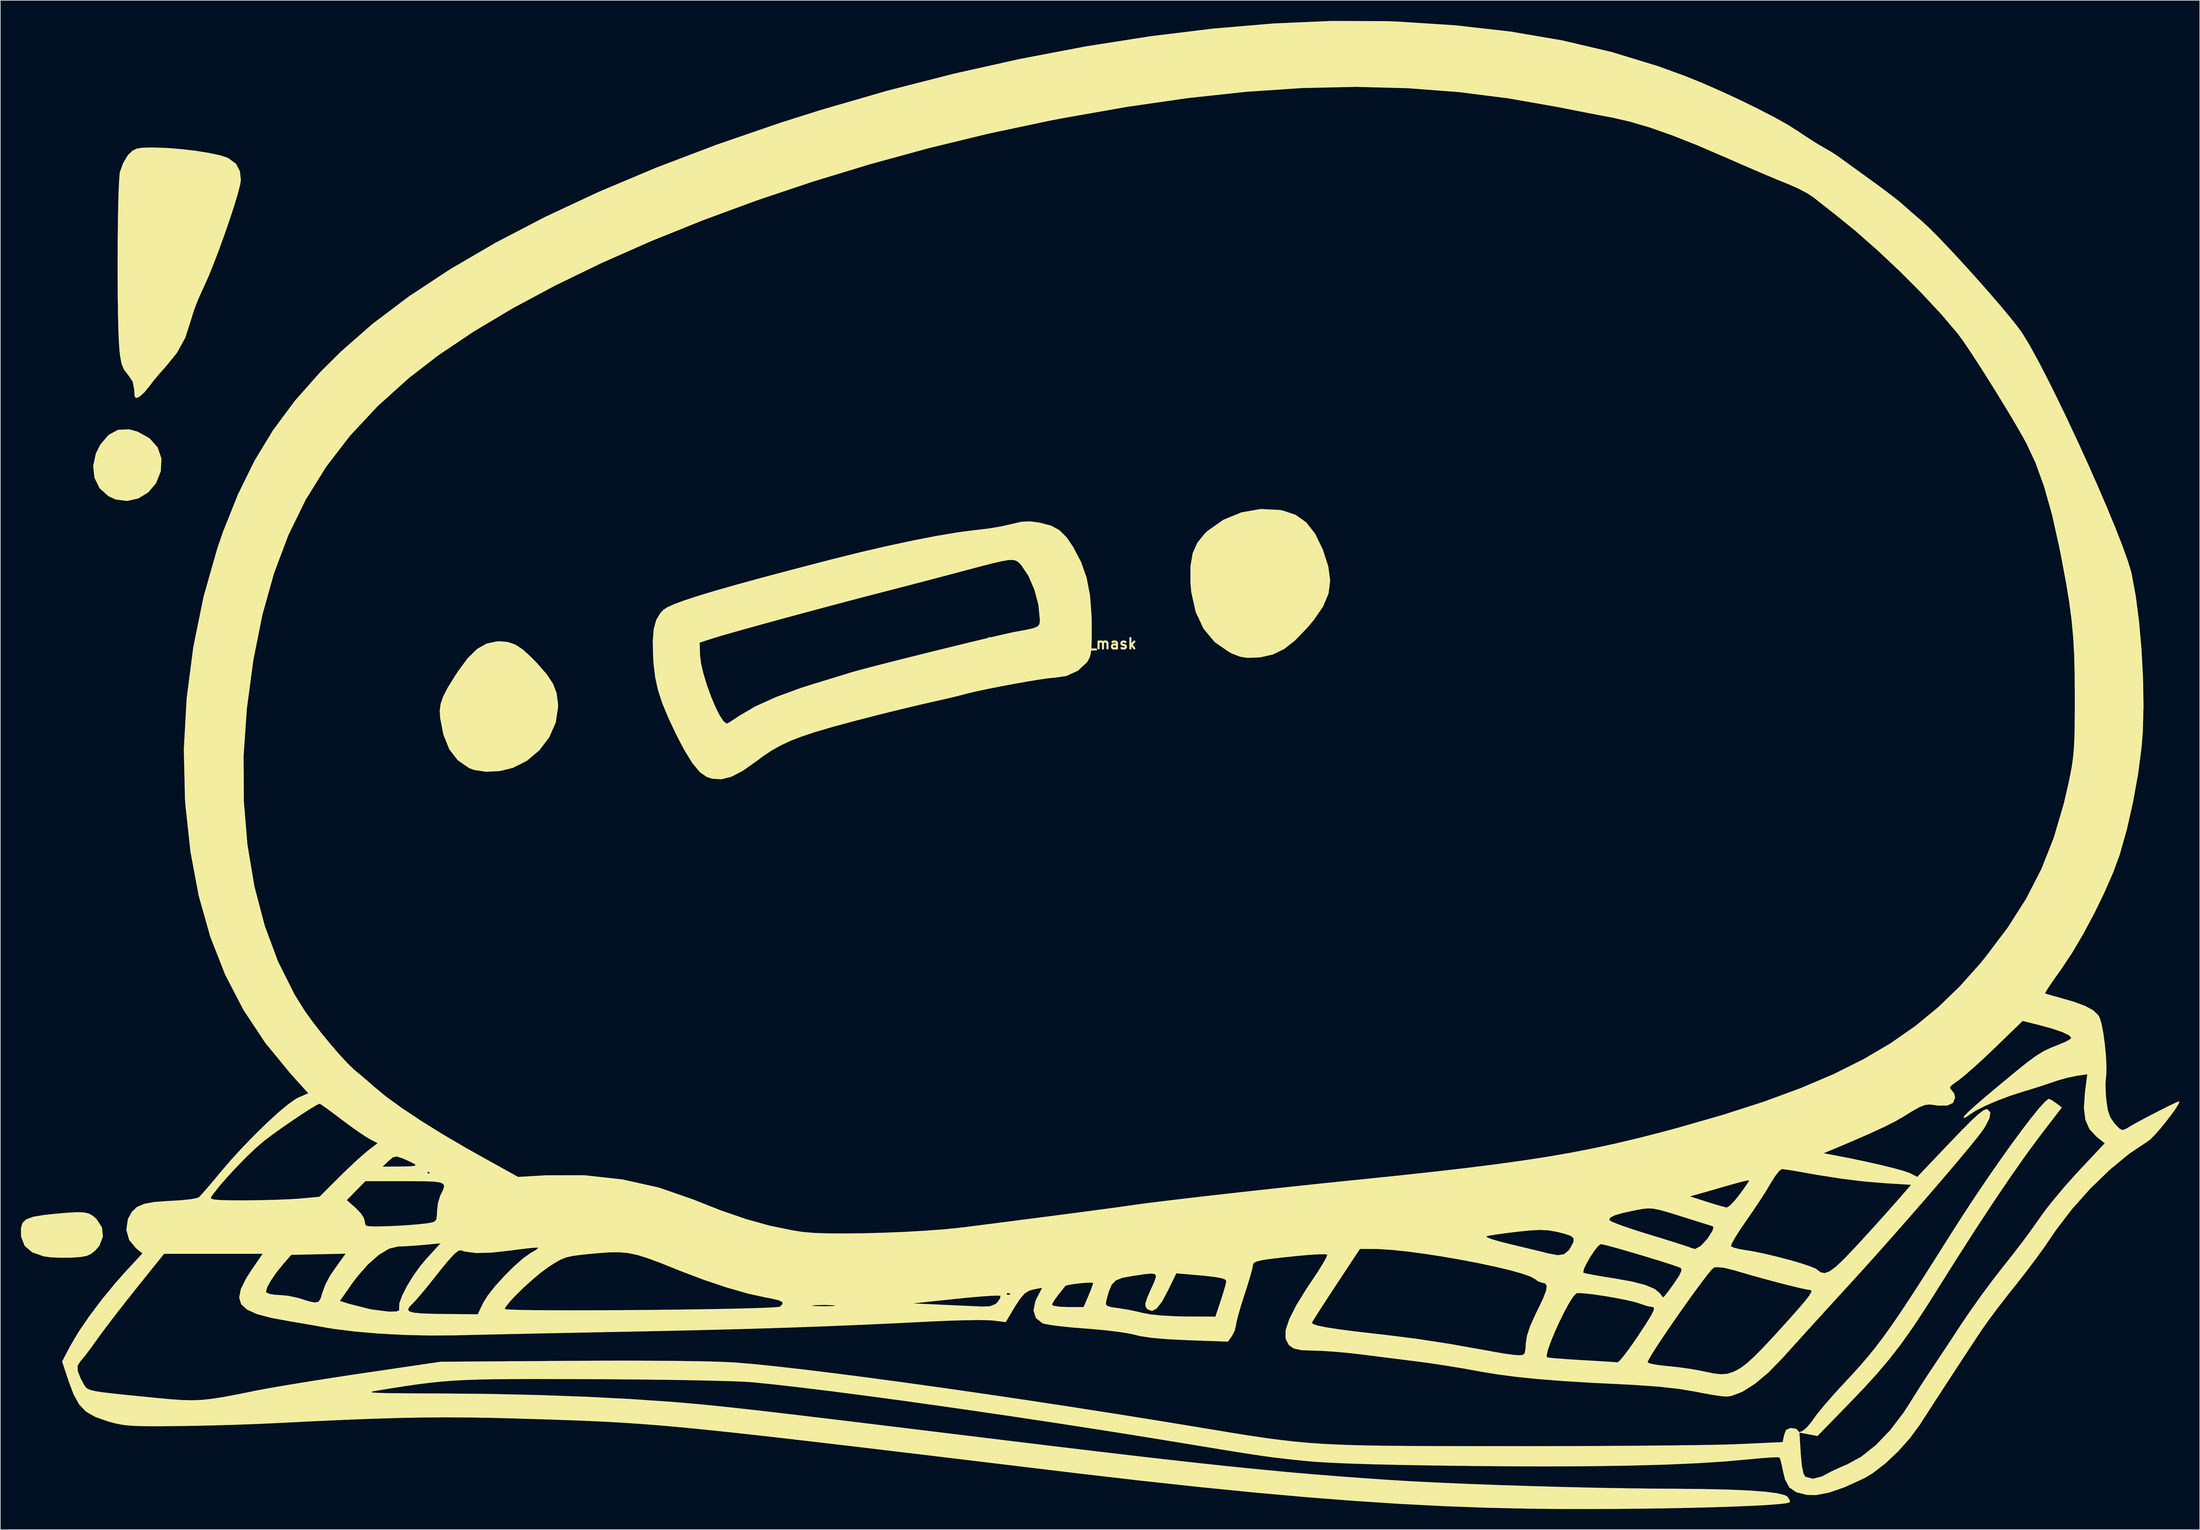
<source format=kicad_pcb>
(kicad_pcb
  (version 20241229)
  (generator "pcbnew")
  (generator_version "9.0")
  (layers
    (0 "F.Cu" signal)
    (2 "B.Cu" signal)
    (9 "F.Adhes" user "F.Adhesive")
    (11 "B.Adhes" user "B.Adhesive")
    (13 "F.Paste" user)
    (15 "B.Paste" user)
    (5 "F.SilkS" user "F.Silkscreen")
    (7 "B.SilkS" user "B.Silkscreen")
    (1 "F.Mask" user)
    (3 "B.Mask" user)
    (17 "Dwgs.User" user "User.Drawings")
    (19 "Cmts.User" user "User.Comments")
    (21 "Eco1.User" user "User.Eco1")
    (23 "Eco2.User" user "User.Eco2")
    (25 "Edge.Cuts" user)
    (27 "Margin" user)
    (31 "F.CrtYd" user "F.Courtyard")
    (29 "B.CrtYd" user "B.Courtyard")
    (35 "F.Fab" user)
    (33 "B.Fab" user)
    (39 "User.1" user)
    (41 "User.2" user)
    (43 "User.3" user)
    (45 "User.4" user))
  (footprint "kuzumo_logo_mask"
    (layer "F.Cu")
    (at 151.637 90.761)
    (property "Reference" "kuzumo_logo_mask" (at 0 0 0) (layer "F.SilkS") (effects (font (size 1.524 1.524) (thickness 0.3))))
    (attr through_hole)
    (fp_poly (pts (xy -134.649 -30.912) (xy -132.892 -29.94) (xy -131.721 -28.618) (xy -131.168 -26.998) (xy -131.262 -25.132) (xy -131.263 -25.127) (xy -131.947 -23.401) (xy -133.078 -22.063) (xy -134.523 -21.178) (xy -136.15 -20.81) (xy -137.825 -21.02) (xy -138.889 -21.505) (xy -140.175 -22.667) (xy -140.922 -24.178) (xy -141.109 -25.91) (xy -140.716 -27.734) (xy -140.073 -29.015) (xy -138.871 -30.435) (xy -137.482 -31.177) (xy -135.884 -31.249) (xy -134.649 -30.912)) (stroke (width 0.01) (type solid)) (fill yes) (layer "F.SilkS"))
    (fp_poly (pts (xy -142.43 82.874) (xy -141.712 83.046) (xy -141.15 83.367) (xy -140.609 83.854) (xy -139.827 85.071) (xy -139.693 86.408) (xy -140.202 87.715) (xy -140.744 88.357) (xy -141.384 88.893) (xy -142.06 89.21) (xy -142.998 89.377) (xy -144.36 89.461) (xy -145.863 89.475) (xy -147.287 89.409) (xy -148.278 89.285) (xy -149.992 88.688) (xy -151.098 87.74) (xy -151.599 86.435) (xy -151.622 86.219) (xy -151.632 85.159) (xy -151.41 84.399) (xy -150.856 83.872) (xy -149.868 83.513) (xy -148.347 83.255) (xy -146.885 83.096) (xy -144.881 82.916) (xy -143.441 82.837) (xy -142.43 82.874)) (stroke (width 0.01) (type solid)) (fill yes) (layer "F.SilkS"))
    (fp_poly (pts (xy -80.684 -0.252) (xy -79.624 0.11) (xy -78.538 0.82) (xy -77.276 1.967) (xy -76.427 2.843) (xy -75.023 4.449) (xy -74.107 5.832) (xy -73.592 7.178) (xy -73.391 8.67) (xy -73.378 9.268) (xy -73.713 11.485) (xy -74.652 13.615) (xy -76.094 15.523) (xy -77.938 17.073) (xy -79.942 18.082) (xy -81.879 18.554) (xy -83.856 18.657) (xy -85.618 18.39) (xy -86.346 18.114) (xy -87.992 16.981) (xy -89.225 15.379) (xy -90.079 13.254) (xy -90.547 10.86) (xy -90.616 9.774) (xy -90.487 8.755) (xy -90.105 7.657) (xy -89.417 6.337) (xy -88.367 4.649) (xy -87.964 4.034) (xy -86.529 2.091) (xy -85.17 0.761) (xy -83.788 -0.025) (xy -82.287 -0.34) (xy -81.867 -0.353) (xy -80.684 -0.252)) (stroke (width 0.01) (type solid)) (fill yes) (layer "F.SilkS"))
    (fp_poly (pts (xy 31.818 -19.491) (xy 32.21 -19.417) (xy 34.098 -18.779) (xy 35.644 -17.68) (xy 36.926 -16.042) (xy 38.024 -13.787) (xy 38.08 -13.643) (xy 38.848 -11.275) (xy 39.126 -9.212) (xy 38.885 -7.313) (xy 38.097 -5.439) (xy 36.732 -3.448) (xy 35.731 -2.26) (xy 33.986 -0.458) (xy 32.385 0.788) (xy 30.782 1.563) (xy 29.032 1.955) (xy 28.473 2.009) (xy 27.069 2.053) (xy 25.989 1.889) (xy 24.864 1.445) (xy 24.438 1.234) (xy 22.315 -0.224) (xy 20.674 -2.187) (xy 19.526 -4.636) (xy 18.883 -7.548) (xy 18.765 -8.919) (xy 18.77 -11.302) (xy 19.088 -13.185) (xy 19.771 -14.725) (xy 20.869 -16.078) (xy 21.233 -16.422) (xy 23.546 -18.056) (xy 26.187 -19.141) (xy 28.997 -19.634) (xy 31.818 -19.491)) (stroke (width 0.01) (type solid)) (fill yes) (layer "F.SilkS"))
    (fp_poly (pts (xy -132.314 -72.312) (xy -130.362 -72.247) (xy -128.249 -72.077) (xy -126.142 -71.827) (xy -124.211 -71.52) (xy -122.625 -71.18) (xy -121.552 -70.831) (xy -121.454 -70.783) (xy -120.314 -69.956) (xy -119.73 -68.859) (xy -119.592 -67.591) (xy -119.717 -66.799) (xy -120.062 -65.479) (xy -120.584 -63.757) (xy -121.238 -61.76) (xy -121.981 -59.612) (xy -122.769 -57.441) (xy -123.557 -55.373) (xy -124.302 -53.533) (xy -124.96 -52.048) (xy -125.133 -51.691) (xy -125.829 -50.152) (xy -126.453 -48.518) (xy -126.861 -47.173) (xy -127.683 -44.613) (xy -128.894 -42.405) (xy -130.504 -40.419) (xy -131.496 -39.306) (xy -132.408 -38.21) (xy -132.959 -37.482) (xy -133.652 -36.634) (xy -134.333 -36.03) (xy -134.433 -35.97) (xy -134.877 -35.805) (xy -135.07 -36.051) (xy -135.114 -36.851) (xy -135.114 -36.922) (xy -135.353 -38.212) (xy -136.071 -39.237) (xy -136.616 -39.93) (xy -136.963 -40.759) (xy -137.189 -41.95) (xy -137.284 -42.784) (xy -137.37 -44.025) (xy -137.439 -45.782) (xy -137.491 -47.951) (xy -137.527 -50.425) (xy -137.546 -53.098) (xy -137.549 -55.864) (xy -137.536 -58.616) (xy -137.508 -61.25) (xy -137.466 -63.658) (xy -137.409 -65.735) (xy -137.337 -67.374) (xy -137.252 -68.47) (xy -137.201 -68.792) (xy -136.761 -70.015) (xy -136.111 -71.112) (xy -135.909 -71.349) (xy -135.371 -71.849) (xy -134.81 -72.139) (xy -134.019 -72.275) (xy -132.792 -72.312) (xy -132.314 -72.312)) (stroke (width 0.01) (type solid)) (fill yes) (layer "F.SilkS"))
    (fp_poly (pts (xy -3.248 -17.653) (xy -1.591 -17.229) (xy -0.338 -16.565) (xy 0.72 -15.511) (xy 1.689 -14.082) (xy 2.838 -11.89) (xy 3.638 -9.604) (xy 4.131 -7.054) (xy 4.357 -4.067) (xy 4.381 -2.765) (xy 4.382 -0.868) (xy 4.344 0.466) (xy 4.248 1.38) (xy 4.076 2.017) (xy 3.811 2.519) (xy 3.679 2.707) (xy 2.379 3.923) (xy 0.681 4.702) (xy -0.965 4.938) (xy -1.776 5.008) (xy -3.124 5.198) (xy -4.855 5.48) (xy -6.816 5.826) (xy -8.852 6.207) (xy -10.811 6.596) (xy -12.538 6.963) (xy -13.882 7.282) (xy -14.287 7.392) (xy -15.084 7.599) (xy -16.362 7.907) (xy -17.913 8.265) (xy -18.874 8.481) (xy -20.667 8.892) (xy -22.851 9.411) (xy -25.134 9.968) (xy -26.988 10.432) (xy -30.525 11.347) (xy -33.463 12.145) (xy -35.889 12.86) (xy -37.895 13.525) (xy -39.569 14.176) (xy -40.999 14.847) (xy -42.277 15.57) (xy -43.49 16.381) (xy -44.45 17.097) (xy -46.437 18.503) (xy -48.11 19.377) (xy -49.574 19.752) (xy -50.936 19.662) (xy -51.711 19.414) (xy -52.699 18.727) (xy -53.793 17.413) (xy -55.009 15.449) (xy -56.086 13.383) (xy -57.305 10.807) (xy -58.198 8.653) (xy -58.819 6.745) (xy -59.22 4.91) (xy -59.453 2.971) (xy -59.523 1.903) (xy -59.568 -0.163) (xy -52.74 -0.163) (xy -52.697 1.594) (xy -52.551 2.825) (xy -52.199 4.341) (xy -51.695 6.003) (xy -51.093 7.671) (xy -50.447 9.208) (xy -49.812 10.475) (xy -49.24 11.332) (xy -48.792 11.642) (xy -48.438 11.458) (xy -47.694 10.986) (xy -47.045 10.548) (xy -44.67 9.153) (xy -41.65 7.781) (xy -38.044 6.458) (xy -36.16 5.859) (xy -34.428 5.332) (xy -32.847 4.848) (xy -31.592 4.461) (xy -30.84 4.225) (xy -29.978 3.976) (xy -28.544 3.592) (xy -26.648 3.099) (xy -24.399 2.526) (xy -21.909 1.898) (xy -19.287 1.245) (xy -16.644 0.592) (xy -14.09 -0.032) (xy -11.734 -0.601) (xy -9.688 -1.087) (xy -8.062 -1.463) (xy -6.965 -1.701) (xy -6.703 -1.752) (xy -5.11 -2.04) (xy -4.087 -2.277) (xy -3.508 -2.525) (xy -3.247 -2.847) (xy -3.177 -3.309) (xy -3.175 -3.534) (xy -3.386 -5.656) (xy -3.96 -7.84) (xy -4.814 -9.842) (xy -5.861 -11.42) (xy -6.009 -11.585) (xy -6.332 -11.903) (xy -6.673 -12.118) (xy -7.124 -12.218) (xy -7.781 -12.192) (xy -8.738 -12.028) (xy -10.09 -11.715) (xy -11.93 -11.242) (xy -14.354 -10.597) (xy -14.464 -10.568) (xy -16.623 -9.994) (xy -19.208 -9.314) (xy -21.961 -8.594) (xy -24.625 -7.903) (xy -25.929 -7.566) (xy -28.615 -6.87) (xy -31.52 -6.105) (xy -34.547 -5.301) (xy -37.594 -4.483) (xy -40.563 -3.679) (xy -43.354 -2.915) (xy -45.867 -2.22) (xy -48.003 -1.62) (xy -49.663 -1.141) (xy -50.747 -0.813) (xy -50.8 -0.795) (xy -52.74 -0.163) (xy -59.568 -0.163) (xy -59.574 -0.395) (xy -59.436 -2.134) (xy -59.082 -3.445) (xy -58.483 -4.456) (xy -58.039 -4.933) (xy -57.471 -5.308) (xy -56.465 -5.764) (xy -54.992 -6.311) (xy -53.02 -6.958) (xy -50.52 -7.714) (xy -47.46 -8.588) (xy -43.811 -9.588) (xy -39.542 -10.725) (xy -34.623 -12.007) (xy -33.337 -12.339) (xy -29.296 -13.344) (xy -25.35 -14.258) (xy -21.61 -15.058) (xy -18.189 -15.721) (xy -15.198 -16.226) (xy -12.747 -16.549) (xy -12.347 -16.588) (xy -10.63 -16.796) (xy -8.88 -17.088) (xy -7.443 -17.405) (xy -7.305 -17.443) (xy -5.835 -17.779) (xy -4.568 -17.83) (xy -3.248 -17.653)) (stroke (width 0.01) (type solid)) (fill yes) (layer "F.SilkS"))
    (fp_poly (pts (xy 47.263 -90.725) (xy 48.86 -90.668) (xy 57.404 -90.119) (xy 65.41 -89.208) (xy 72.95 -87.92) (xy 80.098 -86.242) (xy 86.928 -84.159) (xy 90.816 -82.743) (xy 93.319 -81.728) (xy 95.999 -80.557) (xy 98.717 -79.3) (xy 101.337 -78.022) (xy 103.719 -76.792) (xy 105.726 -75.676) (xy 107.22 -74.742) (xy 107.285 -74.697) (xy 108.601 -73.809) (xy 109.908 -72.978) (xy 110.928 -72.379) (xy 110.949 -72.368) (xy 112.049 -71.735) (xy 113.039 -71.099) (xy 113.242 -70.953) (xy 113.862 -70.498) (xy 114.912 -69.735) (xy 116.249 -68.767) (xy 117.728 -67.699) (xy 117.828 -67.628) (xy 119.315 -66.542) (xy 120.668 -65.529) (xy 121.742 -64.698) (xy 122.393 -64.159) (xy 122.414 -64.139) (xy 123.137 -63.489) (xy 124.173 -62.587) (xy 125.253 -61.663) (xy 126.294 -60.706) (xy 127.676 -59.324) (xy 129.307 -57.619) (xy 131.095 -55.693) (xy 132.948 -53.651) (xy 134.773 -51.593) (xy 136.48 -49.623) (xy 137.975 -47.844) (xy 139.168 -46.358) (xy 139.965 -45.268) (xy 139.998 -45.217) (xy 141.014 -43.541) (xy 142.215 -41.362) (xy 143.561 -38.774) (xy 145.011 -35.867) (xy 146.522 -32.733) (xy 148.052 -29.465) (xy 149.561 -26.153) (xy 151.007 -22.889) (xy 152.347 -19.766) (xy 153.541 -16.875) (xy 154.546 -14.307) (xy 155.321 -12.155) (xy 155.825 -10.511) (xy 155.915 -10.137) (xy 156.509 -6.887) (xy 156.989 -3.144) (xy 157.343 0.888) (xy 157.56 5.005) (xy 157.628 9.001) (xy 157.534 12.673) (xy 157.361 14.993) (xy 156.844 18.964) (xy 156.103 23.095) (xy 155.195 27.1) (xy 154.177 30.695) (xy 154.143 30.803) (xy 153.206 33.343) (xy 151.941 36.242) (xy 150.452 39.299) (xy 148.84 42.312) (xy 147.208 45.082) (xy 145.672 47.388) (xy 144.718 48.727) (xy 143.951 49.842) (xy 143.448 50.619) (xy 143.283 50.946) (xy 143.285 50.948) (xy 143.665 51.083) (xy 144.509 51.327) (xy 145.168 51.504) (xy 147.461 52.164) (xy 149.142 52.788) (xy 150.298 53.421) (xy 151.017 54.104) (xy 151.208 54.41) (xy 151.49 55.275) (xy 151.757 56.636) (xy 151.984 58.282) (xy 152.15 60.003) (xy 152.232 61.59) (xy 152.208 62.831) (xy 152.156 63.221) (xy 152.092 64.078) (xy 152.12 65.338) (xy 152.213 66.518) (xy 152.435 67.985) (xy 152.787 69.008) (xy 153.362 69.848) (xy 153.467 69.968) (xy 154.118 70.653) (xy 154.562 70.878) (xy 155.06 70.705) (xy 155.464 70.457) (xy 156.193 70.031) (xy 157.285 69.435) (xy 158.583 68.749) (xy 159.933 68.052) (xy 161.179 67.424) (xy 162.168 66.945) (xy 162.744 66.694) (xy 162.819 66.675) (xy 162.812 66.918) (xy 162.44 67.56) (xy 161.804 68.472) (xy 161.004 69.523) (xy 160.142 70.585) (xy 159.318 71.527) (xy 158.635 72.218) (xy 158.289 72.488) (xy 155.557 74.312) (xy 152.709 76.66) (xy 149.884 79.395) (xy 147.216 82.383) (xy 144.844 85.488) (xy 144.089 86.607) (xy 143.16 87.963) (xy 141.93 89.66) (xy 140.547 91.494) (xy 139.161 93.264) (xy 138.949 93.528) (xy 137.607 95.221) (xy 136.269 96.962) (xy 135.074 98.566) (xy 134.162 99.848) (xy 134.022 100.054) (xy 133.045 101.527) (xy 131.793 103.428) (xy 130.373 105.595) (xy 128.891 107.863) (xy 127.456 110.068) (xy 126.173 112.047) (xy 125.15 113.634) (xy 125.063 113.771) (xy 123.613 115.755) (xy 121.86 117.715) (xy 119.973 119.489) (xy 118.122 120.911) (xy 116.942 121.609) (xy 114.146 122.89) (xy 111.815 123.704) (xy 109.898 124.067) (xy 108.583 124.035) (xy 107.037 123.647) (xy 106.026 122.947) (xy 105.402 121.793) (xy 105.126 120.677) (xy 104.899 119.589) (xy 104.692 118.817) (xy 104.59 118.584) (xy 104.19 118.549) (xy 103.232 118.586) (xy 101.863 118.687) (xy 100.271 118.839) (xy 96.67 119.161) (xy 92.569 119.423) (xy 87.935 119.626) (xy 82.738 119.769) (xy 76.946 119.855) (xy 70.529 119.884) (xy 63.453 119.856) (xy 59.972 119.824) (xy 54.418 119.755) (xy 49.555 119.672) (xy 45.367 119.575) (xy 41.839 119.464) (xy 38.956 119.337) (xy 36.703 119.195) (xy 35.631 119.101) (xy 34.096 118.943) (xy 32.759 118.8) (xy 31.523 118.656) (xy 30.287 118.499) (xy 28.955 118.313) (xy 27.427 118.084) (xy 25.604 117.797) (xy 23.389 117.439) (xy 20.682 116.995) (xy 17.385 116.451) (xy 17.11 116.405) (xy 11.327 115.462) (xy 5.41 114.523) (xy -0.566 113.598) (xy -6.528 112.698) (xy -12.401 111.833) (xy -18.111 111.014) (xy -23.583 110.251) (xy -28.742 109.555) (xy -33.514 108.937) (xy -37.825 108.406) (xy -41.6 107.973) (xy -44.765 107.649) (xy -45.156 107.613) (xy -46.294 107.541) (xy -48.054 107.47) (xy -50.354 107.403) (xy -53.109 107.342) (xy -56.237 107.286) (xy -59.654 107.24) (xy -63.277 107.202) (xy -67.023 107.177) (xy -68.439 107.17) (xy -72.793 107.155) (xy -76.523 107.149) (xy -79.711 107.155) (xy -82.44 107.178) (xy -84.789 107.222) (xy -86.843 107.291) (xy -88.682 107.39) (xy -90.387 107.523) (xy -92.042 107.694) (xy -93.728 107.907) (xy -95.526 108.166) (xy -97.518 108.477) (xy -99.307 108.764) (xy -100.025 108.887) (xy -100.468 108.986) (xy -100.584 109.064) (xy -100.322 109.124) (xy -99.63 109.169) (xy -98.457 109.202) (xy -96.752 109.225) (xy -94.462 109.241) (xy -91.537 109.254) (xy -90.311 109.258) (xy -83.103 109.328) (xy -76.022 109.49) (xy -69.201 109.738) (xy -62.775 110.068) (xy -56.876 110.474) (xy -55.21 110.611) (xy -53.835 110.732) (xy -52.448 110.86) (xy -50.999 111.001) (xy -49.435 111.16) (xy -47.709 111.344) (xy -45.767 111.559) (xy -43.561 111.81) (xy -41.04 112.103) (xy -38.153 112.444) (xy -34.85 112.839) (xy -31.081 113.294) (xy -26.794 113.814) (xy -21.939 114.406) (xy -16.467 115.075) (xy -12.7 115.536) (xy -5.91 116.365) (xy 0.241 117.109) (xy 5.815 117.775) (xy 10.873 118.37) (xy 15.477 118.899) (xy 19.686 119.369) (xy 23.563 119.787) (xy 27.169 120.159) (xy 30.565 120.491) (xy 33.813 120.789) (xy 36.972 121.06) (xy 40.106 121.311) (xy 43.274 121.548) (xy 46.538 121.777) (xy 47.978 121.874) (xy 51.206 122.067) (xy 55.008 122.256) (xy 59.255 122.437) (xy 63.816 122.606) (xy 68.56 122.758) (xy 73.357 122.891) (xy 78.076 123) (xy 82.586 123.08) (xy 86.758 123.128) (xy 88.724 123.139) (xy 93.205 123.177) (xy 96.992 123.262) (xy 100.093 123.394) (xy 102.518 123.574) (xy 104.276 123.803) (xy 105.375 124.08) (xy 105.751 124.297) (xy 106.104 124.829) (xy 106.08 125.107) (xy 105.599 125.245) (xy 104.479 125.379) (xy 102.79 125.506) (xy 100.599 125.625) (xy 97.973 125.734) (xy 94.98 125.832) (xy 91.689 125.917) (xy 88.166 125.988) (xy 84.48 126.042) (xy 80.698 126.077) (xy 76.888 126.093) (xy 73.118 126.088) (xy 69.456 126.059) (xy 68.263 126.044) (xy 62.13 125.912) (xy 55.852 125.682) (xy 49.363 125.349) (xy 42.596 124.907) (xy 35.484 124.351) (xy 27.96 123.677) (xy 19.959 122.877) (xy 11.413 121.949) (xy 2.255 120.885) (xy 0.353 120.656) (xy -7.163 119.749) (xy -14.02 118.923) (xy -20.26 118.172) (xy -25.926 117.494) (xy -31.059 116.883) (xy -35.702 116.337) (xy -39.896 115.85) (xy -43.684 115.419) (xy -47.107 115.04) (xy -50.208 114.709) (xy -53.028 114.421) (xy -55.609 114.172) (xy -57.994 113.959) (xy -60.224 113.777) (xy -62.342 113.623) (xy -64.389 113.492) (xy -66.407 113.379) (xy -68.439 113.282) (xy -70.526 113.196) (xy -72.711 113.117) (xy -75.034 113.04) (xy -77.54 112.963) (xy -79.579 112.901) (xy -83.108 112.807) (xy -86.465 112.751) (xy -89.758 112.733) (xy -93.096 112.757) (xy -96.589 112.824) (xy -100.345 112.936) (xy -104.473 113.096) (xy -109.083 113.305) (xy -114.284 113.566) (xy -114.476 113.576) (xy -117.075 113.694) (xy -120.112 113.805) (xy -123.323 113.9) (xy -126.44 113.971) (xy -128.764 114.007) (xy -131.331 114.029) (xy -133.317 114.027) (xy -134.843 113.992) (xy -136.034 113.917) (xy -137.012 113.792) (xy -137.901 113.609) (xy -138.825 113.36) (xy -138.988 113.313) (xy -140.815 112.672) (xy -142.16 111.897) (xy -143.166 110.844) (xy -143.976 109.367) (xy -144.66 107.54) (xy -145.448 105.172) (xy -143.368 105.172) (xy -143.365 105.967) (xy -142.931 107.074) (xy -142.556 107.774) (xy -142.369 108.107) (xy -142.175 108.374) (xy -141.893 108.588) (xy -141.443 108.768) (xy -140.743 108.929) (xy -139.711 109.088) (xy -138.268 109.261) (xy -136.332 109.464) (xy -133.822 109.714) (xy -132.076 109.887) (xy -129.983 110.084) (xy -128.263 110.209) (xy -126.762 110.249) (xy -125.328 110.195) (xy -123.81 110.035) (xy -122.055 109.758) (xy -119.911 109.353) (xy -117.299 108.825) (xy -115.866 108.552) (xy -113.864 108.202) (xy -111.422 107.794) (xy -108.667 107.35) (xy -105.729 106.891) (xy -102.737 106.438) (xy -101.776 106.296) (xy -90.487 104.634) (xy -71.614 104.502) (xy -67.072 104.479) (xy -62.809 104.475) (xy -58.89 104.49) (xy -55.385 104.522) (xy -52.36 104.571) (xy -49.881 104.636) (xy -48.017 104.717) (xy -47.518 104.75) (xy -44.724 104.988) (xy -41.298 105.34) (xy -37.304 105.797) (xy -32.805 106.351) (xy -27.864 106.991) (xy -22.544 107.71) (xy -16.909 108.498) (xy -11.021 109.347) (xy -4.944 110.248) (xy 1.259 111.192) (xy 7.525 112.17) (xy 13.79 113.173) (xy 19.579 114.124) (xy 22.573 114.622) (xy 25.226 115.057) (xy 27.607 115.434) (xy 29.787 115.756) (xy 31.835 116.028) (xy 33.821 116.254) (xy 35.814 116.439) (xy 37.885 116.586) (xy 40.104 116.7) (xy 42.539 116.786) (xy 45.261 116.847) (xy 48.34 116.888) (xy 51.846 116.913) (xy 55.847 116.926) (xy 60.415 116.932) (xy 65.617 116.935) (xy 70.064 116.932) (xy 74.458 116.922) (xy 78.724 116.904) (xy 82.788 116.88) (xy 86.574 116.85) (xy 90.008 116.814) (xy 93.016 116.774) (xy 95.523 116.73) (xy 97.455 116.682) (xy 98.476 116.644) (xy 105.054 116.343) (xy 105.259 115.322) (xy 105.553 114.563) (xy 106.145 114.308) (xy 106.354 114.3) (xy 107.021 114.409) (xy 107.244 114.62) (xy 107.439 114.904) (xy 107.934 114.727) (xy 108.592 114.184) (xy 109.278 113.367) (xy 109.473 113.076) (xy 110.079 112.246) (xy 111.053 111.056) (xy 112.27 109.654) (xy 113.605 108.186) (xy 113.879 107.894) (xy 115.195 106.481) (xy 116.383 105.164) (xy 117.492 103.874) (xy 118.57 102.542) (xy 119.667 101.099) (xy 120.832 99.479) (xy 122.114 97.611) (xy 123.561 95.427) (xy 125.224 92.859) (xy 127.15 89.839) (xy 129.388 86.298) (xy 129.793 85.656) (xy 131.495 82.998) (xy 133.257 80.327) (xy 135.032 77.709) (xy 136.77 75.208) (xy 138.425 72.89) (xy 139.948 70.821) (xy 141.293 69.067) (xy 142.412 67.693) (xy 143.256 66.764) (xy 143.778 66.347) (xy 143.853 66.33) (xy 144.293 66.531) (xy 144.916 66.959) (xy 145.723 67.579) (xy 142.489 71.801) (xy 140.561 74.407) (xy 138.336 77.573) (xy 135.854 81.238) (xy 133.155 85.343) (xy 130.28 89.827) (xy 127.753 93.849) (xy 125.742 97.028) (xy 123.954 99.725) (xy 122.28 102.08) (xy 120.611 104.235) (xy 118.84 106.33) (xy 116.858 108.506) (xy 114.898 110.553) (xy 110.133 115.449) (xy 108.814 115.202) (xy 107.495 114.954) (xy 107.686 118.024) (xy 107.856 119.823) (xy 108.096 120.962) (xy 108.355 121.395) (xy 109.451 121.685) (xy 110.771 121.351) (xy 111.301 121.07) (xy 112.212 120.59) (xy 113.468 120.009) (xy 114.453 119.593) (xy 116.515 118.468) (xy 118.645 116.765) (xy 120.735 114.588) (xy 122.676 112.042) (xy 123.362 110.983) (xy 124.358 109.389) (xy 125.387 107.776) (xy 126.29 106.389) (xy 126.663 105.833) (xy 127.337 104.83) (xy 128.286 103.402) (xy 129.401 101.714) (xy 130.571 99.932) (xy 130.981 99.307) (xy 132.378 97.245) (xy 134.006 94.956) (xy 135.67 92.711) (xy 137.173 90.779) (xy 137.266 90.664) (xy 138.642 88.928) (xy 140.046 87.093) (xy 141.325 85.364) (xy 142.326 83.943) (xy 142.432 83.785) (xy 143.374 82.484) (xy 144.663 80.863) (xy 146.148 79.101) (xy 147.681 77.38) (xy 148.146 76.879) (xy 151.981 72.796) (xy 150.792 71.847) (xy 149.759 70.745) (xy 149.154 69.367) (xy 148.947 67.599) (xy 149.097 65.407) (xy 149.435 62.736) (xy 147.845 62.974) (xy 146.521 63.251) (xy 145.04 63.669) (xy 144.476 63.861) (xy 143.213 64.294) (xy 141.618 64.805) (xy 140.053 65.278) (xy 138.196 65.878) (xy 136.32 66.588) (xy 134.593 67.333) (xy 133.188 68.039) (xy 132.274 68.634) (xy 132.217 68.682) (xy 131.666 69.052) (xy 131.389 69.065) (xy 131.528 68.805) (xy 132.134 68.191) (xy 133.226 67.206) (xy 134.822 65.834) (xy 136.94 64.059) (xy 139.117 62.26) (xy 140.727 60.967) (xy 141.993 60.041) (xy 143.091 59.371) (xy 144.196 58.847) (xy 145.08 58.503) (xy 146.146 58.065) (xy 146.88 57.67) (xy 147.108 57.438) (xy 146.771 57.054) (xy 145.802 56.59) (xy 144.269 56.069) (xy 142.419 55.565) (xy 140.023 54.967) (xy 136.004 58.86) (xy 134.503 60.286) (xy 133.055 61.611) (xy 131.788 62.72) (xy 130.832 63.499) (xy 130.529 63.718) (xy 129.692 64.32) (xy 129.399 64.698) (xy 129.573 64.961) (xy 129.623 64.99) (xy 130.054 65.554) (xy 130.175 66.157) (xy 129.877 66.91) (xy 129.022 67.301) (xy 127.674 67.306) (xy 127.179 67.228) (xy 126.439 67.14) (xy 125.748 67.226) (xy 124.94 67.546) (xy 123.847 68.164) (xy 122.733 68.862) (xy 121.507 69.573) (xy 119.833 70.417) (xy 117.65 71.424) (xy 114.895 72.623) (xy 113.277 73.306) (xy 111.02 74.252) (xy 112.572 74.538) (xy 114.877 74.985) (xy 117.16 75.464) (xy 119.291 75.947) (xy 121.144 76.402) (xy 122.59 76.798) (xy 123.5 77.106) (xy 123.627 77.165) (xy 124.664 77.698) (xy 129.466 72.651) (xy 131.213 70.834) (xy 132.552 69.495) (xy 133.54 68.583) (xy 134.234 68.046) (xy 134.692 67.832) (xy 134.891 67.843) (xy 135.309 68.292) (xy 135.195 69.132) (xy 134.542 70.386) (xy 134.199 70.908) (xy 133.558 71.765) (xy 132.506 73.074) (xy 131.104 74.764) (xy 129.414 76.765) (xy 127.497 79.005) (xy 125.415 81.414) (xy 123.228 83.919) (xy 121 86.45) (xy 118.79 88.937) (xy 116.66 91.307) (xy 114.838 93.31) (xy 112.895 95.432) (xy 110.94 97.574) (xy 109.073 99.626) (xy 107.393 101.477) (xy 106.002 103.017) (xy 105.088 104.035) (xy 103.007 106.175) (xy 101.012 107.851) (xy 99.171 109.018) (xy 97.552 109.627) (xy 96.838 109.709) (xy 96.042 109.638) (xy 94.765 109.447) (xy 93.215 109.168) (xy 92.251 108.975) (xy 89.836 108.574) (xy 86.801 108.245) (xy 83.23 107.997) (xy 82.021 107.937) (xy 77.25 107.701) (xy 73.102 107.446) (xy 69.497 107.163) (xy 66.352 106.847) (xy 63.585 106.49) (xy 61.115 106.084) (xy 60.678 106.001) (xy 58.439 105.597) (xy 55.916 105.183) (xy 53.472 104.817) (xy 52.035 104.624) (xy 49.796 104.342) (xy 47.247 104.021) (xy 44.779 103.709) (xy 43.548 103.552) (xy 41.561 103.33) (xy 39.516 103.152) (xy 37.685 103.039) (xy 36.606 103.011) (xy 34.923 102.943) (xy 33.801 102.695) (xy 33.102 102.204) (xy 32.693 101.403) (xy 32.61 101.109) (xy 32.642 99.988) (xy 32.995 98.941) (xy 36.469 98.941) (xy 36.642 99.147) (xy 37.338 99.373) (xy 38.59 99.625) (xy 40.431 99.909) (xy 42.896 100.229) (xy 46.02 100.591) (xy 47.272 100.729) (xy 51.645 101.277) (xy 56.515 102.028) (xy 61.962 102.993) (xy 62.971 103.184) (xy 64.381 103.428) (xy 65.661 103.609) (xy 66.499 103.685) (xy 67.005 103.666) (xy 70.669 103.666) (xy 70.707 103.986) (xy 71.085 104.05) (xy 72.038 104.141) (xy 73.432 104.246) (xy 75.139 104.357) (xy 75.721 104.391) (xy 77.526 104.496) (xy 79.089 104.591) (xy 80.268 104.667) (xy 80.924 104.715) (xy 80.996 104.723) (xy 81.019 104.705) (xy 85.372 104.705) (xy 85.697 104.878) (xy 86.562 105.06) (xy 87.804 105.221) (xy 88.283 105.265) (xy 90.004 105.448) (xy 91.78 105.701) (xy 93.242 105.972) (xy 93.31 105.987) (xy 94.942 106.326) (xy 96.106 106.462) (xy 97.015 106.387) (xy 97.877 106.096) (xy 98.43 105.831) (xy 99.118 105.412) (xy 99.93 104.777) (xy 100.923 103.866) (xy 102.158 102.621) (xy 103.693 100.985) (xy 105.587 98.899) (xy 106.877 97.455) (xy 108.132 96.008) (xy 108.915 95.012) (xy 109.256 94.423) (xy 109.186 94.198) (xy 109.13 94.192) (xy 108.527 94.1) (xy 107.383 93.847) (xy 105.834 93.468) (xy 104.015 92.998) (xy 102.063 92.473) (xy 100.113 91.928) (xy 98.302 91.398) (xy 98.064 91.326) (xy 96.483 90.933) (xy 95.365 90.843) (xy 95.03 90.91) (xy 94.668 91.257) (xy 93.988 92.089) (xy 93.063 93.305) (xy 91.964 94.803) (xy 90.763 96.481) (xy 89.53 98.236) (xy 88.337 99.968) (xy 87.255 101.574) (xy 86.357 102.951) (xy 85.712 103.999) (xy 85.394 104.615) (xy 85.372 104.705) (xy 81.019 104.705) (xy 81.322 104.464) (xy 81.947 103.717) (xy 82.792 102.587) (xy 83.773 101.182) (xy 84.085 100.718) (xy 85.168 99.065) (xy 85.878 97.909) (xy 86.251 97.173) (xy 86.326 96.783) (xy 86.142 96.661) (xy 86.123 96.661) (xy 85.352 96.528) (xy 84.364 96.205) (xy 84.269 96.166) (xy 83.43 95.905) (xy 82.153 95.611) (xy 80.613 95.312) (xy 78.979 95.036) (xy 77.425 94.81) (xy 76.123 94.663) (xy 75.245 94.623) (xy 75.007 94.656) (xy 74.588 95.068) (xy 74.003 95.967) (xy 73.317 97.213) (xy 72.596 98.662) (xy 71.906 100.174) (xy 71.311 101.606) (xy 70.876 102.817) (xy 70.669 103.666) (xy 67.005 103.666) (xy 67.139 103.66) (xy 67.459 103.415) (xy 67.585 102.765) (xy 67.621 102.041) (xy 67.801 100.83) (xy 68.286 99.373) (xy 69.128 97.523) (xy 69.329 97.12) (xy 70.138 95.441) (xy 70.583 94.281) (xy 70.679 93.562) (xy 70.439 93.207) (xy 70.031 93.133) (xy 69.396 92.902) (xy 69.035 92.621) (xy 68.352 92.233) (xy 67.072 91.782) (xy 66.529 91.631) (xy 75.999 91.631) (xy 76.016 91.656) (xy 76.409 91.77) (xy 77.36 91.959) (xy 78.726 92.198) (xy 80.368 92.46) (xy 80.424 92.468) (xy 83.056 92.937) (xy 85.027 93.445) (xy 86.378 94.008) (xy 87.155 94.638) (xy 87.242 94.769) (xy 87.561 95.194) (xy 87.655 95.25) (xy 87.908 94.985) (xy 88.449 94.287) (xy 89.166 93.304) (xy 89.218 93.232) (xy 89.984 92.074) (xy 90.313 91.356) (xy 90.243 90.991) (xy 90.199 90.961) (xy 89.664 90.749) (xy 88.607 90.394) (xy 87.171 89.938) (xy 85.5 89.425) (xy 83.738 88.897) (xy 82.028 88.398) (xy 80.515 87.97) (xy 79.342 87.656) (xy 78.653 87.499) (xy 78.56 87.489) (xy 78.175 87.764) (xy 77.617 88.461) (xy 77.003 89.388) (xy 76.451 90.353) (xy 76.077 91.165) (xy 75.999 91.631) (xy 66.529 91.631) (xy 65.302 91.29) (xy 63.147 90.775) (xy 60.711 90.258) (xy 58.1 89.758) (xy 55.419 89.294) (xy 52.773 88.888) (xy 50.268 88.557) (xy 48.007 88.323) (xy 46.097 88.205) (xy 45.477 88.194) (xy 43.461 88.194) (xy 40.039 93.375) (xy 38.918 95.08) (xy 37.935 96.594) (xy 37.154 97.813) (xy 36.642 98.634) (xy 36.469 98.941) (xy 32.995 98.941) (xy 33.175 98.406) (xy 34.197 96.387) (xy 35.696 93.956) (xy 36.342 92.996) (xy 37.288 91.578) (xy 38.042 90.369) (xy 38.534 89.484) (xy 38.698 89.041) (xy 38.688 89.018) (xy 38.267 88.962) (xy 37.292 88.982) (xy 35.909 89.07) (xy 34.311 89.215) (xy 32.028 89.456) (xy 30.356 89.653) (xy 29.199 89.828) (xy 28.464 90) (xy 28.059 90.189) (xy 27.889 90.417) (xy 27.861 90.615) (xy 27.751 91.172) (xy 27.46 92.234) (xy 27.034 93.636) (xy 26.627 94.897) (xy 26.126 96.472) (xy 25.724 97.855) (xy 25.468 98.877) (xy 25.4 99.317) (xy 25.202 100.136) (xy 24.816 100.866) (xy 24.232 101.7) (xy 18.378 101.492) (xy 15.457 101.348) (xy 13.126 101.147) (xy 11.431 100.894) (xy 10.76 100.726) (xy 9.777 100.504) (xy 8.266 100.271) (xy 6.406 100.048) (xy 4.371 99.859) (xy 3.528 99.796) (xy 1.568 99.641) (xy -0.199 99.459) (xy -1.628 99.27) (xy -2.572 99.091) (xy -2.814 99.012) (xy -3.761 98.244) (xy -4.102 97.153) (xy -3.935 96.335) (xy -1.411 96.335) (xy -1.089 96.501) (xy -0.247 96.618) (xy 0.894 96.661) (xy 3.2 96.661) (xy 3.4 96.195) (xy 6.436 96.195) (xy 6.616 96.495) (xy 7.216 96.673) (xy 8.177 96.808) (xy 9.699 97.053) (xy 11.295 97.392) (xy 11.82 97.526) (xy 12.971 97.737) (xy 14.627 97.904) (xy 16.591 98.009) (xy 17.992 98.037) (xy 22.401 98.065) (xy 23.195 95.677) (xy 23.589 94.437) (xy 23.873 93.44) (xy 23.989 92.892) (xy 23.989 92.88) (xy 23.844 92.657) (xy 23.349 92.468) (xy 22.416 92.294) (xy 20.956 92.12) (xy 18.881 91.93) (xy 18.848 91.927) (xy 16.705 91.746) (xy 15.501 94.236) (xy 14.61 95.886) (xy 13.841 96.876) (xy 13.16 97.236) (xy 12.535 96.995) (xy 12.456 96.922) (xy 12.222 96.576) (xy 12.212 96.101) (xy 12.457 95.33) (xy 12.989 94.1) (xy 13.005 94.065) (xy 13.508 92.952) (xy 13.747 92.243) (xy 13.635 91.872) (xy 13.082 91.774) (xy 12.001 91.883) (xy 10.383 92.124) (xy 8.893 92.391) (xy 7.923 92.759) (xy 7.303 93.383) (xy 6.863 94.42) (xy 6.523 95.666) (xy 6.436 96.195) (xy 3.4 96.195) (xy 3.893 95.044) (xy 4.294 94.058) (xy 4.545 93.346) (xy 4.586 93.157) (xy 4.277 93.096) (xy 3.507 93.123) (xy 2.512 93.213) (xy 1.526 93.341) (xy 0.785 93.481) (xy 0.524 93.591) (xy 0.305 93.882) (xy -0.209 94.528) (xy -0.459 94.836) (xy -1.048 95.632) (xy -1.382 96.221) (xy -1.411 96.335) (xy -3.935 96.335) (xy -3.825 95.796) (xy -3.594 95.298) (xy -2.845 93.861) (xy -3.98 94.065) (xy -4.762 94.286) (xy -5.419 94.717) (xy -6.082 95.488) (xy -6.885 96.726) (xy -7.159 97.186) (xy -8.143 98.855) (xy -9.981 98.626) (xy -10.909 98.573) (xy -12.397 98.561) (xy -14.298 98.589) (xy -16.468 98.653) (xy -18.762 98.753) (xy -18.874 98.759) (xy -24.404 99.032) (xy -29.716 99.273) (xy -34.945 99.485) (xy -40.227 99.673) (xy -45.697 99.841) (xy -51.489 99.995) (xy -57.741 100.139) (xy -63.324 100.253) (xy -67.152 100.328) (xy -70.951 100.404) (xy -74.626 100.479) (xy -78.085 100.552) (xy -81.234 100.619) (xy -83.98 100.68) (xy -86.229 100.731) (xy -87.89 100.772) (xy -88.194 100.781) (xy -91.895 100.813) (xy -95.721 100.725) (xy -99.485 100.526) (xy -103.001 100.227) (xy -106.083 99.84) (xy -107.244 99.646) (xy -108.962 99.338) (xy -110.73 99.03) (xy -112.2 98.783) (xy -112.36 98.758) (xy -115.127 98.249) (xy -117.223 97.694) (xy -118.683 97.043) (xy -119.543 96.251) (xy -119.836 95.271) (xy -119.668 94.413) (xy -115.932 94.413) (xy -115.9 94.524) (xy -115.434 94.752) (xy -114.536 94.884) (xy -114.115 94.897) (xy -112.727 95.02) (xy -111.292 95.322) (xy -111.049 95.396) (xy -109.659 95.835) (xy -108.783 96.008) (xy -108.27 95.879) (xy -108.204 95.779) (xy -105.176 95.779) (xy -103.653 96.239) (xy -100.699 96.988) (xy -98.178 97.314) (xy -97.819 97.328) (xy -96.882 97.302) (xy -96.511 97.127) (xy -96.519 97.017) (xy -95.236 97.017) (xy -95.052 97.294) (xy -94.414 97.479) (xy -93.258 97.591) (xy -91.517 97.652) (xy -89.549 97.679) (xy -85.082 97.719) (xy -84.714 96.946) (xy -81.139 96.946) (xy -80.799 97.008) (xy -79.83 97.057) (xy -78.308 97.095) (xy -76.31 97.12) (xy -73.913 97.135) (xy -71.191 97.139) (xy -68.223 97.134) (xy -65.083 97.119) (xy -61.849 97.096) (xy -58.598 97.066) (xy -55.404 97.029) (xy -52.345 96.985) (xy -49.498 96.936) (xy -46.937 96.881) (xy -44.741 96.822) (xy -42.985 96.76) (xy -41.745 96.694) (xy -41.099 96.626) (xy -41.026 96.601) (xy -40.898 96.462) (xy -36.436 96.462) (xy -36.171 96.509) (xy -35.331 96.536) (xy -34.749 96.54) (xy -33.632 96.527) (xy -33.033 96.489) (xy -33.027 96.434) (xy -33.24 96.405) (xy -34.492 96.348) (xy -35.862 96.386) (xy -36.062 96.402) (xy -36.436 96.462) (xy -40.898 96.462) (xy -40.66 96.206) (xy -40.675 96.132) (xy -21.696 96.132) (xy -17.462 96.326) (xy -15.623 96.409) (xy -13.875 96.489) (xy -12.433 96.554) (xy -11.608 96.59) (xy -10.413 96.544) (xy -9.643 96.226) (xy -9.347 95.953) (xy -8.949 95.365) (xy -8.928 95.024) (xy -9.334 94.988) (xy -10.324 95.025) (xy -11.783 95.126) (xy -13.595 95.284) (xy -15.423 95.467) (xy -21.696 96.132) (xy -40.675 96.132) (xy -40.722 95.907) (xy -41.291 95.652) (xy -42.449 95.391) (xy -43.127 95.267) (xy -45.723 94.695) (xy -45.839 94.662) (xy -7.996 94.662) (xy -7.948 94.872) (xy -7.761 94.897) (xy -7.471 94.768) (xy -7.526 94.662) (xy -7.945 94.62) (xy -7.996 94.662) (xy -45.839 94.662) (xy -48.773 93.823) (xy -52.117 92.702) (xy -55.595 91.382) (xy -56.092 91.181) (xy -58.464 90.228) (xy -60.346 89.53) (xy -61.89 89.058) (xy -63.252 88.781) (xy -64.586 88.67) (xy -66.046 88.696) (xy -67.787 88.829) (xy -68.194 88.867) (xy -69.997 89.047) (xy -71.284 89.22) (xy -72.239 89.443) (xy -73.049 89.77) (xy -73.898 90.258) (xy -74.808 90.853) (xy -75.864 91.63) (xy -77.07 92.635) (xy -78.305 93.75) (xy -79.448 94.859) (xy -80.38 95.848) (xy -80.98 96.598) (xy -81.139 96.946) (xy -84.714 96.946) (xy -84.284 96.044) (xy -83.607 94.959) (xy -82.535 93.61) (xy -81.224 92.158) (xy -79.829 90.765) (xy -78.506 89.594) (xy -77.411 88.808) (xy -77.26 88.724) (xy -76.559 88.312) (xy -76.262 88.036) (xy -76.269 88.008) (xy -76.651 88) (xy -77.583 88.082) (xy -78.92 88.238) (xy -80.27 88.418) (xy -83.098 88.731) (xy -85.308 88.786) (xy -86.94 88.581) (xy -87.518 88.395) (xy -87.895 88.46) (xy -88.487 88.93) (xy -89.348 89.86) (xy -90.533 91.305) (xy -90.92 91.795) (xy -92.055 93.224) (xy -93.099 94.5) (xy -93.942 95.492) (xy -94.475 96.069) (xy -94.507 96.098) (xy -95.032 96.625) (xy -95.236 97.017) (xy -96.519 97.017) (xy -96.532 96.843) (xy -96.501 96.122) (xy -96.098 95.001) (xy -95.401 93.624) (xy -94.49 92.135) (xy -93.442 90.675) (xy -92.567 89.635) (xy -90.498 87.371) (xy -92.962 87.604) (xy -94.429 87.725) (xy -95.808 87.81) (xy -96.703 87.839) (xy -97.991 88.153) (xy -99.472 89.041) (xy -101.057 90.431) (xy -102.656 92.251) (xy -103.415 93.273) (xy -105.176 95.779) (xy -108.204 95.779) (xy -107.968 95.416) (xy -107.745 94.657) (xy -107.278 93.384) (xy -106.6 92.093) (xy -106.426 91.829) (xy -105.711 90.812) (xy -105.062 89.9) (xy -104.906 89.684) (xy -104.324 88.881) (xy -108.284 88.967) (xy -112.244 89.053) (xy -113.285 90.238) (xy -114.347 91.54) (xy -115.196 92.758) (xy -115.751 93.759) (xy -115.932 94.413) (xy -119.668 94.413) (xy -119.598 94.054) (xy -118.863 92.554) (xy -117.972 91.166) (xy -116.421 88.9) (xy -130.779 88.9) (xy -134.815 93.927) (xy -136.262 95.748) (xy -137.694 97.583) (xy -138.995 99.28) (xy -140.048 100.689) (xy -140.577 101.424) (xy -141.455 102.647) (xy -142.26 103.709) (xy -142.849 104.425) (xy -142.957 104.538) (xy -143.368 105.172) (xy -145.448 105.172) (xy -145.638 104.599) (xy -144.435 102.306) (xy -143.258 100.31) (xy -141.685 98.005) (xy -139.841 95.557) (xy -137.847 93.131) (xy -136.332 91.43) (xy -133.938 88.844) (xy -134.884 88.078) (xy -135.873 86.867) (xy -136.024 86.326) (xy 61.927 86.326) (xy 61.946 86.481) (xy 62.595 86.749) (xy 63.812 87.11) (xy 65.455 87.523) (xy 67.217 87.943) (xy 68.844 88.336) (xy 70.147 88.656) (xy 70.908 88.849) (xy 72.265 89.105) (xy 73.193 88.969) (xy 73.883 88.386) (xy 74.206 87.895) (xy 74.576 87.158) (xy 74.593 86.65) (xy 74.169 86.281) (xy 73.212 85.956) (xy 72.025 85.671) (xy 70.901 85.481) (xy 69.675 85.425) (xy 68.142 85.505) (xy 66.381 85.687) (xy 64.759 85.888) (xy 63.347 86.082) (xy 62.324 86.244) (xy 61.927 86.326) (xy -136.024 86.326) (xy -136.282 85.406) (xy -136.061 83.892) (xy -136.013 83.77) (xy -135.478 82.788) (xy -134.747 82.091) (xy -133.697 81.629) (xy -132.205 81.35) (xy -130.148 81.202) (xy -129.876 81.191) (xy -128.292 81.098) (xy -126.949 80.954) (xy -126.017 80.783) (xy -125.806 80.698) (xy -123.964 80.698) (xy -123.918 80.871) (xy -123.494 80.993) (xy -122.613 81.071) (xy -121.196 81.109) (xy -119.165 81.115) (xy -118.819 81.114) (xy -116.672 81.087) (xy -116.491 81.083) (xy -104.158 81.083) (xy -102.879 82.206) (xy -102.121 82.99) (xy -101.663 83.695) (xy -101.6 83.939) (xy -101.462 84.612) (xy -101.337 84.812) (xy -100.902 84.892) (xy -99.924 84.918) (xy -98.56 84.895) (xy -96.971 84.831) (xy -95.314 84.732) (xy -93.748 84.605) (xy -92.433 84.456) (xy -92.34 84.443) (xy -91.503 84.278) (xy -91.123 83.958) (xy -91.019 83.255) (xy -91.014 82.784) (xy -90.882 81.565) (xy -90.558 80.459) (xy -90.485 80.305) (xy -90.131 79.594) (xy -89.973 79.077) (xy -90.093 78.722) (xy -90.571 78.5) (xy -91.489 78.379) (xy -92.927 78.328) (xy -94.965 78.317) (xy -95.708 78.317) (xy -101.457 78.317) (xy -102.807 79.7) (xy -104.158 81.083) (xy -116.491 81.083) (xy -114.527 81.033) (xy -112.598 80.956) (xy -111.098 80.866) (xy -110.772 80.839) (xy -108.126 80.589) (xy -105.304 77.767) (xy -104.603 77.082) (xy -92.428 77.082) (xy -92.251 77.258) (xy -92.075 77.082) (xy -92.251 76.906) (xy -92.428 77.082) (xy -104.603 77.082) (xy -104.002 76.495) (xy -103.688 76.2) (xy -98.939 76.2) (xy -96.301 76.189) (xy -94.966 76.16) (xy -94.268 76.077) (xy -94.141 75.928) (xy -94.283 75.817) (xy -95.043 75.431) (xy -96.019 75.001) (xy -96.047 74.989) (xy -96.875 74.721) (xy -97.445 74.842) (xy -98.065 75.361) (xy -98.939 76.2) (xy -103.688 76.2) (xy -102.721 75.293) (xy -101.634 74.323) (xy -101.075 73.861) (xy -99.668 72.777) (xy -100.816 72.183) (xy -101.583 71.718) (xy -102.726 70.94) (xy -104.066 69.975) (xy -104.954 69.309) (xy -106.192 68.375) (xy -107.214 67.627) (xy -107.895 67.151) (xy -108.112 67.028) (xy -108.551 67.221) (xy -109.434 67.745) (xy -110.632 68.513) (xy -112.02 69.441) (xy -113.469 70.442) (xy -114.853 71.432) (xy -116.045 72.325) (xy -116.347 72.562) (xy -117.498 73.56) (xy -118.856 74.865) (xy -120.289 76.333) (xy -121.664 77.823) (xy -122.847 79.193) (xy -123.705 80.299) (xy -123.964 80.698) (xy -125.806 80.698) (xy -125.7 80.656) (xy -125.295 80.234) (xy -124.556 79.391) (xy -123.59 78.253) (xy -122.619 77.082) (xy -121.038 75.237) (xy -119.3 73.341) (xy -117.5 71.488) (xy -115.733 69.769) (xy -114.095 68.274) (xy -112.681 67.097) (xy -111.586 66.327) (xy -111.24 66.147) (xy -109.768 65.505) (xy -112.292 62.722) (xy -116.029 58.174) (xy -119.225 53.346) (xy -121.895 48.194) (xy -124.058 42.672) (xy -125.732 36.736) (xy -126.933 30.34) (xy -127.678 23.44) (xy -127.735 22.624) (xy -127.882 16.277) (xy -119.194 16.277) (xy -119.163 22.915) (xy -118.634 29.294) (xy -117.617 35.361) (xy -116.122 41.065) (xy -114.158 46.351) (xy -111.736 51.169) (xy -110.315 53.446) (xy -109.269 54.916) (xy -107.997 56.564) (xy -106.622 58.247) (xy -105.265 59.821) (xy -104.047 61.142) (xy -103.089 62.066) (xy -102.915 62.21) (xy -101.996 62.968) (xy -100.872 63.938) (xy -100.189 64.547) (xy -98.437 65.99) (xy -96.13 67.663) (xy -93.357 69.508) (xy -90.207 71.468) (xy -86.77 73.483) (xy -85.337 74.289) (xy -79.208 77.701) (xy -75.096 77.461) (xy -69.556 77.453) (xy -64.033 78.059) (xy -58.674 79.253) (xy -53.721 80.972) (xy -49.615 82.596) (xy -45.929 83.86) (xy -42.507 84.809) (xy -39.192 85.491) (xy -37.717 85.72) (xy -36.227 85.852) (xy -34.166 85.926) (xy -31.667 85.944) (xy -28.863 85.912) (xy -25.886 85.831) (xy -22.87 85.707) (xy -19.946 85.544) (xy -17.247 85.344) (xy -14.905 85.111) (xy -14.464 85.058) (xy -11.329 84.661) (xy -8.086 84.246) (xy -5.93 83.969) (xy 79.791 83.969) (xy 79.799 83.998) (xy 80.163 84.221) (xy 81.093 84.6) (xy 82.474 85.092) (xy 84.194 85.657) (xy 85.726 86.132) (xy 87.636 86.713) (xy 89.299 87.232) (xy 90.603 87.65) (xy 91.434 87.933) (xy 91.682 88.037) (xy 92.296 88.21) (xy 93.063 87.798) (xy 97.516 87.798) (xy 97.517 87.799) (xy 97.947 88.015) (xy 98.842 88.234) (xy 99.497 88.339) (xy 100.901 88.574) (xy 102.581 88.928) (xy 104.387 89.361) (xy 106.168 89.832) (xy 107.775 90.301) (xy 109.058 90.728) (xy 109.867 91.071) (xy 110.035 91.186) (xy 110.586 91.607) (xy 111.171 91.716) (xy 111.872 91.468) (xy 112.769 90.816) (xy 113.941 89.714) (xy 115.469 88.114) (xy 115.64 87.93) (xy 117.147 86.291) (xy 118.722 84.558) (xy 120.187 82.929) (xy 121.366 81.599) (xy 121.46 81.492) (xy 123.768 78.846) (xy 120.18 78.627) (xy 117.013 78.372) (xy 113.728 77.974) (xy 110.103 77.404) (xy 108.176 77.062) (xy 106.81 76.821) (xy 105.687 76.642) (xy 105.009 76.556) (xy 104.938 76.553) (xy 104.54 76.839) (xy 103.952 77.589) (xy 103.335 78.581) (xy 102.652 79.72) (xy 101.693 81.213) (xy 100.601 82.845) (xy 99.763 84.053) (xy 98.833 85.413) (xy 98.1 86.572) (xy 97.636 87.408) (xy 97.516 87.798) (xy 93.063 87.798) (xy 93.102 87.778) (xy 94.02 86.788) (xy 94.155 86.605) (xy 94.804 85.6) (xy 94.978 85.037) (xy 94.832 84.875) (xy 94.332 84.72) (xy 93.305 84.398) (xy 91.898 83.957) (xy 90.26 83.443) (xy 90.165 83.413) (xy 88.405 82.866) (xy 87.144 82.51) (xy 86.209 82.323) (xy 85.43 82.282) (xy 84.632 82.364) (xy 83.643 82.545) (xy 83.639 82.546) (xy 81.792 82.944) (xy 80.58 83.296) (xy 79.936 83.63) (xy 79.791 83.969) (xy -5.93 83.969) (xy -4.831 83.827) (xy -1.659 83.416) (xy 1.336 83.024) (xy 4.057 82.666) (xy 6.411 82.352) (xy 8.301 82.095) (xy 9.633 81.909) (xy 10.054 81.847) (xy 11.503 81.643) (xy 13.564 81.378) (xy 16.151 81.063) (xy 19.174 80.707) (xy 20.672 80.535) (xy 91.546 80.535) (xy 94.015 81.329) (xy 95.281 81.724) (xy 96.308 82.019) (xy 96.89 82.158) (xy 96.915 82.161) (xy 97.327 81.915) (xy 97.994 81.234) (xy 98.767 80.272) (xy 99.481 79.284) (xy 99.992 78.54) (xy 100.189 78.197) (xy 100.189 78.196) (xy 99.877 78.22) (xy 99.044 78.411) (xy 97.843 78.733) (xy 97.278 78.895) (xy 95.732 79.344) (xy 94.258 79.768) (xy 93.13 80.09) (xy 92.957 80.139) (xy 91.546 80.535) (xy 20.672 80.535) (xy 22.545 80.32) (xy 26.175 79.913) (xy 29.976 79.494) (xy 33.859 79.076) (xy 37.735 78.666) (xy 41.516 78.276) (xy 42.862 78.14) (xy 48.82 77.528) (xy 54.152 76.952) (xy 58.938 76.399) (xy 63.256 75.857) (xy 67.185 75.313) (xy 70.804 74.753) (xy 74.192 74.166) (xy 77.427 73.538) (xy 80.588 72.857) (xy 83.753 72.109) (xy 87.002 71.283) (xy 89.782 70.539) (xy 96.362 68.649) (xy 102.296 66.738) (xy 107.646 64.773) (xy 112.47 62.72) (xy 116.829 60.545) (xy 120.784 58.216) (xy 124.395 55.698) (xy 127.72 52.96) (xy 130.822 49.967) (xy 133.759 46.686) (xy 134.519 45.763) (xy 137.815 41.405) (xy 140.533 37.145) (xy 142.753 32.822) (xy 144.551 28.274) (xy 146.005 23.337) (xy 146.669 20.482) (xy 146.977 18.996) (xy 147.21 17.703) (xy 147.379 16.465) (xy 147.494 15.145) (xy 147.566 13.605) (xy 147.604 11.71) (xy 147.618 9.321) (xy 147.62 7.761) (xy 147.6 4.473) (xy 147.526 1.616) (xy 147.38 -0.982) (xy 147.145 -3.491) (xy 146.803 -6.082) (xy 146.336 -8.925) (xy 145.726 -12.19) (xy 145.334 -14.179) (xy 144.287 -18.861) (xy 143.144 -22.907) (xy 141.884 -26.382) (xy 140.605 -29.128) (xy 139.807 -30.576) (xy 138.752 -32.392) (xy 137.516 -34.454) (xy 136.177 -36.64) (xy 134.81 -38.827) (xy 133.492 -40.894) (xy 132.298 -42.718) (xy 131.306 -44.178) (xy 130.592 -45.15) (xy 130.588 -45.156) (xy 128.174 -47.998) (xy 125.318 -51.07) (xy 122.177 -54.222) (xy 118.903 -57.305) (xy 115.649 -60.167) (xy 112.853 -62.442) (xy 111.622 -63.403) (xy 110.419 -64.352) (xy 109.572 -65.029) (xy 108.614 -65.658) (xy 107.271 -66.364) (xy 105.826 -66.997) (xy 105.761 -67.022) (xy 104.606 -67.487) (xy 102.964 -68.173) (xy 100.989 -69.016) (xy 98.838 -69.947) (xy 96.783 -70.849) (xy 92.634 -72.63) (xy 88.995 -74.072) (xy 85.777 -75.205) (xy 82.89 -76.061) (xy 80.245 -76.671) (xy 79.904 -76.735) (xy 78.21 -77.055) (xy 76.123 -77.457) (xy 73.941 -77.885) (xy 72.43 -78.186) (xy 65.135 -79.473) (xy 57.817 -80.398) (xy 50.406 -80.959) (xy 42.832 -81.154) (xy 35.025 -80.981) (xy 26.917 -80.438) (xy 18.436 -79.524) (xy 9.515 -78.237) (xy 0.082 -76.574) (xy -2.067 -76.158) (xy -10.736 -74.318) (xy -19.356 -72.222) (xy -27.872 -69.891) (xy -36.231 -67.349) (xy -44.376 -64.617) (xy -52.253 -61.718) (xy -59.808 -58.673) (xy -66.984 -55.504) (xy -73.728 -52.234) (xy -79.984 -48.885) (xy -85.697 -45.478) (xy -90.813 -42.037) (xy -95.142 -38.696) (xy -99.677 -34.605) (xy -103.671 -30.328) (xy -107.15 -25.808) (xy -110.142 -20.991) (xy -112.672 -15.822) (xy -114.768 -10.247) (xy -116.457 -4.21) (xy -117.765 2.342) (xy -118.716 9.433) (xy -119.194 16.277) (xy -127.882 16.277) (xy -127.902 15.4) (xy -127.492 7.972) (xy -126.527 0.505) (xy -125.032 -6.836) (xy -123.03 -13.885) (xy -122.192 -16.316) (xy -120.023 -21.747) (xy -117.622 -26.638) (xy -114.892 -31.136) (xy -111.736 -35.39) (xy -108.058 -39.547) (xy -105.046 -42.55) (xy -100.39 -46.631) (xy -95.057 -50.65) (xy -89.073 -54.593) (xy -82.465 -58.447) (xy -75.259 -62.199) (xy -67.482 -65.836) (xy -59.16 -69.344) (xy -50.321 -72.709) (xy -40.99 -75.918) (xy -35.158 -77.766) (xy -25.489 -80.568) (xy -15.77 -83.056) (xy -6.078 -85.22) (xy 3.512 -87.047) (xy 12.924 -88.526) (xy 22.081 -89.645) (xy 30.907 -90.392) (xy 39.326 -90.756) (xy 47.263 -90.725)) (stroke (width 0.01) (type solid)) (fill yes) (layer "F.SilkS")))
  (gr_rect
    (start -3 -3)
    (end 317.461 219.86)
    (stroke (width 0.1) (type default))
    (fill no)
    (layer "Edge.Cuts")))
</source>
